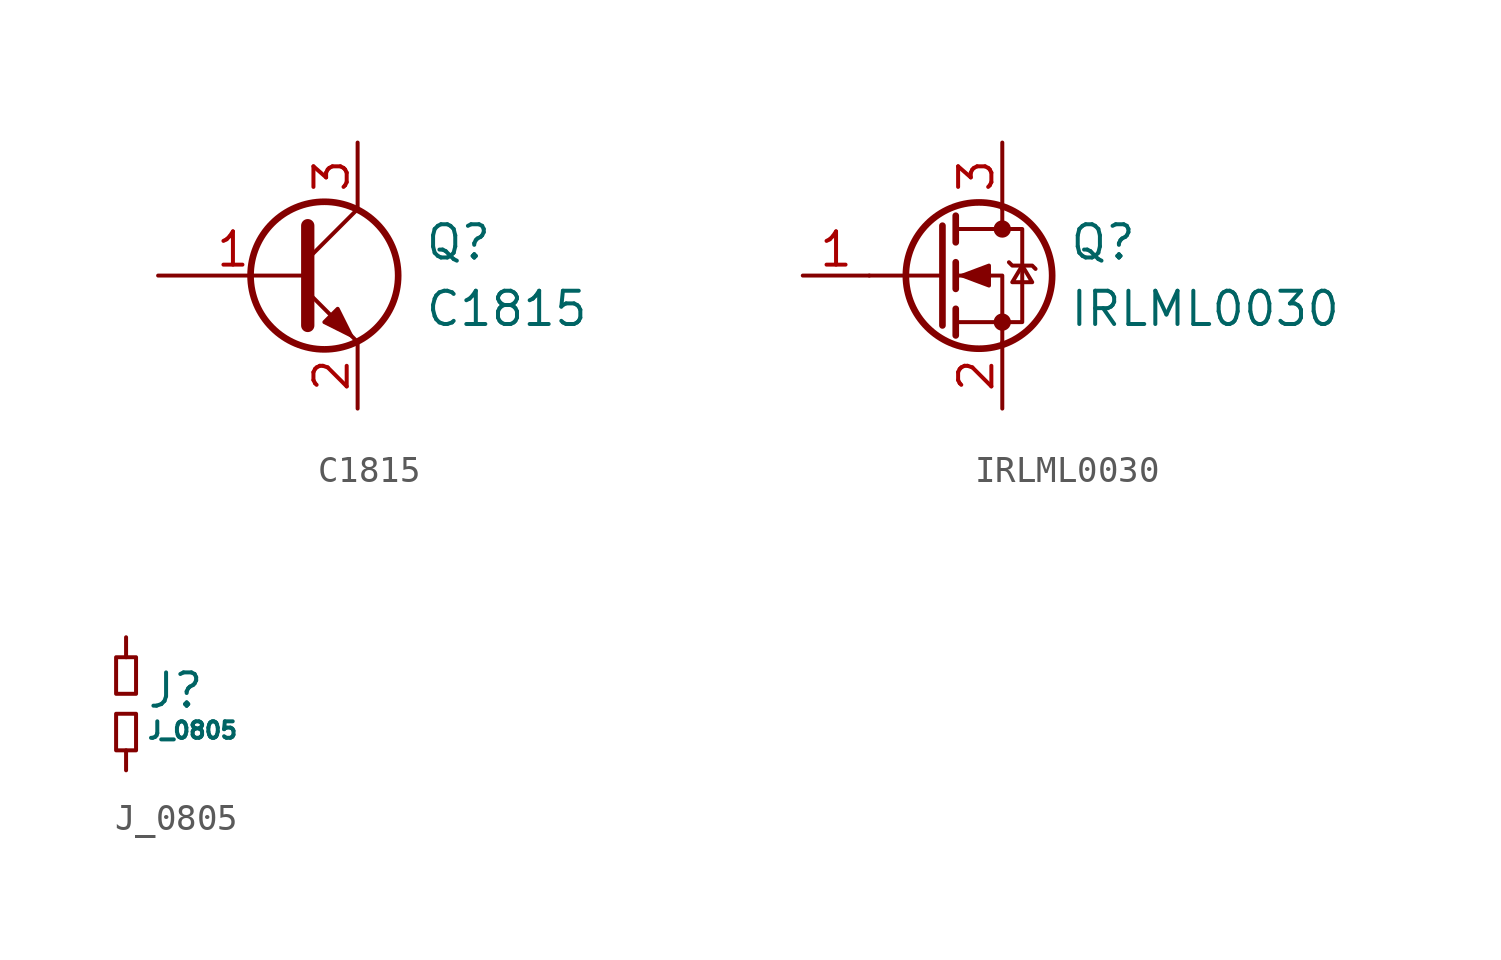
<source format=kicad_sym>
(kicad_symbol_lib
  (version 20211014)
  (generator kicad_symbol_editor)
  (symbol "C1815"
    (pin_names
      (offset 0) hide)
    (property "Reference" "Q"
      (at 5.08 1.27 0)
      (effects (font (size 1.27 1.27)) (justify left)))
    (property "Value" "C1815"
      (at 5.08 -1.27 0)
      (effects (font (size 1.27 1.27)) (justify left)))
    (symbol "C1815_0_1"
      (polyline (pts (xy 0.635 0.635) (xy 2.54 2.54)) (stroke (width 0) (type default) (color 0 0 0 0)) (fill (type none)))
      (polyline (pts (xy 0.635 -0.635) (xy 2.54 -2.54) (xy 2.54 -2.54)) (stroke (width 0) (type default) (color 0 0 0 0)) (fill (type none)))
      (polyline (pts (xy 0.635 1.905) (xy 0.635 -1.905) (xy 0.635 -1.905)) (stroke (width 0.508) (type default) (color 0 0 0 0)) (fill (type none)))
      (polyline (pts (xy 1.27 -1.778) (xy 1.778 -1.27) (xy 2.286 -2.286) (xy 1.27 -1.778) (xy 1.27 -1.778)) (stroke (width 0) (type default) (color 0 0 0 0)) (fill (type outline)))
      (circle (center 1.27 0) (radius 2.819) (stroke (width 0.254) (type default) (color 0 0 0 0)) (fill (type none))))
    (symbol "C1815_1_1"
      (pin input line (at -5.08 0 0) (length 5.715) (name "B" (effects (font (size 1.27 1.27)))) (number "1" (effects (font (size 1.27 1.27)))))
      (pin passive line (at 2.54 -5.08 90) (length 2.54) (name "E" (effects (font (size 1.27 1.27)))) (number "2" (effects (font (size 1.27 1.27)))))
      (pin passive line (at 2.54 5.08 270) (length 2.54) (name "C" (effects (font (size 1.27 1.27)))) (number "3" (effects (font (size 1.27 1.27)))))))
  (symbol "IRLML0030"
    (pin_names
      (offset 0) hide)
    (property "Reference" "Q"
      (at 5.08 1.27 0)
      (effects (font (size 1.27 1.27)) (justify left)))
    (property "Value" "IRLML0030"
      (at 5.08 -1.27 0)
      (effects (font (size 1.27 1.27)) (justify left)))
    (symbol "IRLML0030_0_1"
      (polyline (pts (xy 0.254 0) (xy -2.54 0)) (stroke (width 0) (type default) (color 0 0 0 0)) (fill (type none)))
      (polyline (pts (xy 0.254 1.905) (xy 0.254 -1.905)) (stroke (width 0.254) (type default) (color 0 0 0 0)) (fill (type none)))
      (polyline (pts (xy 0.762 -1.27) (xy 0.762 -2.286)) (stroke (width 0.254) (type default) (color 0 0 0 0)) (fill (type none)))
      (polyline (pts (xy 0.762 0.508) (xy 0.762 -0.508)) (stroke (width 0.254) (type default) (color 0 0 0 0)) (fill (type none)))
      (polyline (pts (xy 0.762 2.286) (xy 0.762 1.27)) (stroke (width 0.254) (type default) (color 0 0 0 0)) (fill (type none)))
      (polyline (pts (xy 2.54 2.54) (xy 2.54 1.778)) (stroke (width 0) (type default) (color 0 0 0 0)) (fill (type none)))
      (polyline (pts (xy 2.54 -2.54) (xy 2.54 0) (xy 0.762 0)) (stroke (width 0) (type default) (color 0 0 0 0)) (fill (type none)))
      (polyline (pts (xy 0.762 -1.778) (xy 3.302 -1.778) (xy 3.302 1.778) (xy 0.762 1.778)) (stroke (width 0) (type default) (color 0 0 0 0)) (fill (type none)))
      (polyline (pts (xy 1.016 0) (xy 2.032 0.381) (xy 2.032 -0.381) (xy 1.016 0)) (stroke (width 0) (type default) (color 0 0 0 0)) (fill (type outline)))
      (polyline (pts (xy 2.794 0.508) (xy 2.921 0.381) (xy 3.683 0.381) (xy 3.81 0.254)) (stroke (width 0) (type default) (color 0 0 0 0)) (fill (type none)))
      (polyline (pts (xy 3.302 0.381) (xy 2.921 -0.254) (xy 3.683 -0.254) (xy 3.302 0.381)) (stroke (width 0) (type default) (color 0 0 0 0)) (fill (type none)))
      (circle (center 1.651 0) (radius 2.794) (stroke (width 0.254) (type default) (color 0 0 0 0)) (fill (type none)))
      (circle (center 2.54 -1.778) (radius 0.254) (stroke (width 0) (type default) (color 0 0 0 0)) (fill (type outline)))
      (circle (center 2.54 1.778) (radius 0.254) (stroke (width 0) (type default) (color 0 0 0 0)) (fill (type outline))))
    (symbol "IRLML0030_1_1"
      (pin input line (at -5.08 0 0) (length 2.54) (name "G" (effects (font (size 1.27 1.27)))) (number "1" (effects (font (size 1.27 1.27)))))
      (pin passive line (at 2.54 -5.08 90) (length 2.54) (name "S" (effects (font (size 1.27 1.27)))) (number "2" (effects (font (size 1.27 1.27)))))
      (pin passive line (at 2.54 5.08 270) (length 2.54) (name "D" (effects (font (size 1.27 1.27)))) (number "3" (effects (font (size 1.27 1.27)))))))
  (symbol "J_0805"
    (pin_numbers hide)
    (pin_names
      (offset 0.254) hide)
    (property "Reference" "J"
      (at 0.762 0.508 0)
      (effects (font (size 1.27 1.27)) (justify left)))
    (property "Value" "J_0805"
      (at 0.762 -1.016 0)
      (effects (font (size 0.63 0.63)) (justify left)))
    (symbol "J_0805_0_1"
      (rectangle (start -0.381 -0.381) (end 0.381 -1.778) (stroke (width 0) (type default) (color 0 0 0 0)) (fill (type none)))
      (rectangle (start -0.381 1.778) (end 0.381 0.381) (stroke (width 0) (type default) (color 0 0 0 0)) (fill (type none))))
    (symbol "J_0805_1_1"
      (pin passive line (at 0 2.54 270) (length 0.762) (name "~" (effects (font (size 1.27 1.27)))) (number "1" (effects (font (size 1.27 1.27)))))
      (pin passive line (at 0 -2.54 90) (length 0.762) (name "~" (effects (font (size 1.27 1.27)))) (number "2" (effects (font (size 1.27 1.27))))))))
</source>
